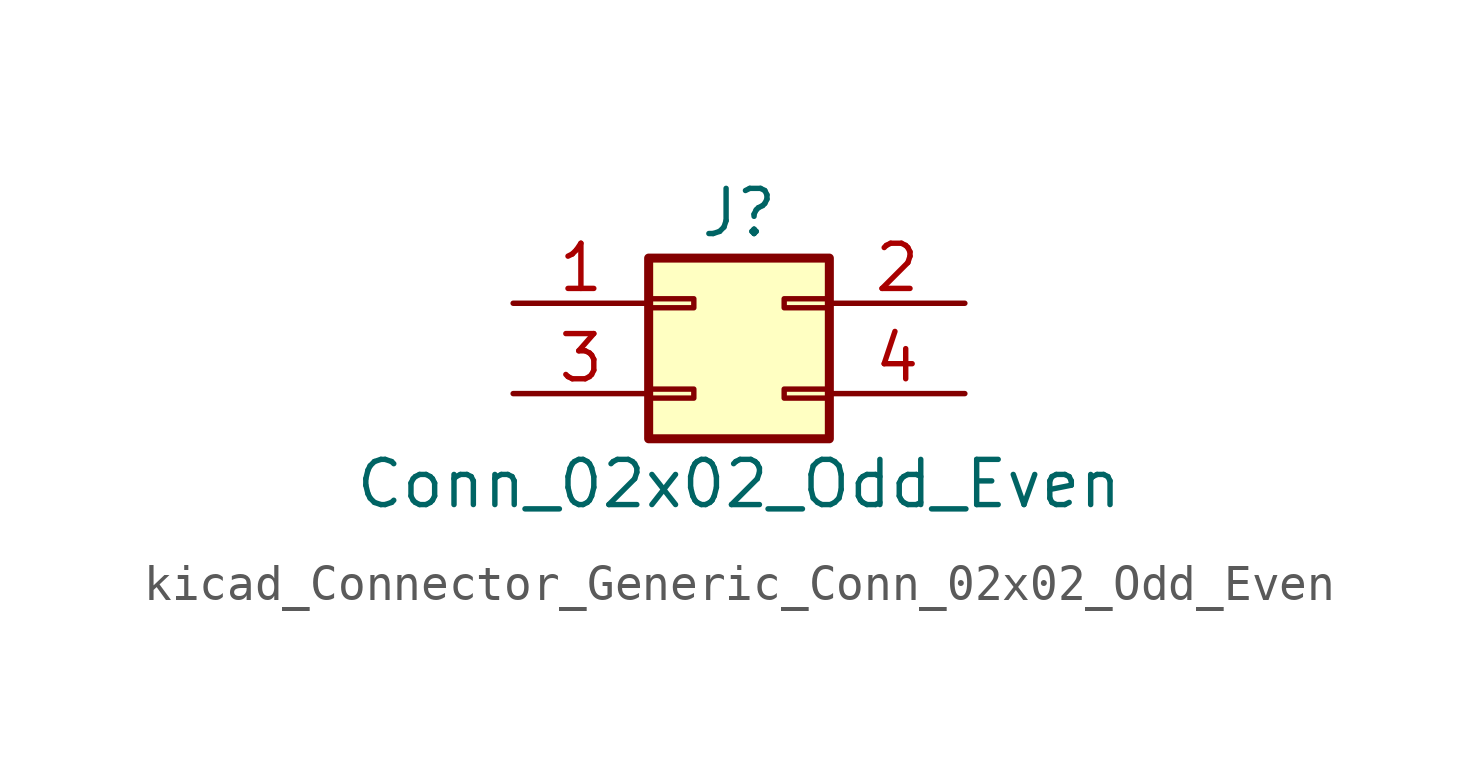
<source format=kicad_sym>
(kicad_symbol_lib
  (version 20220914)
  (generator kicad_symbol_editor)
  (symbol "kicad_Connector_Generic_Conn_02x02_Odd_Even"
    (pin_names
      (offset 1.016) hide)
    (property "Reference" "J"
      (at 1.27 2.54 0)
      (effects (font (size 1.27 1.27))))
    (property "Value" "Conn_02x02_Odd_Even"
      (at 1.27 -5.08 0)
      (effects (font (size 1.27 1.27))))
    (symbol "kicad_Connector_Generic_Conn_02x02_Odd_Even_1_1"
      (rectangle (start -1.27 -2.413) (end 0 -2.667) (stroke (width 0.152) (type default)) (fill (type none)))
      (rectangle (start -1.27 0.127) (end 0 -0.127) (stroke (width 0.152) (type default)) (fill (type none)))
      (rectangle (start -1.27 1.27) (end 3.81 -3.81) (stroke (width 0.254) (type default)) (fill (type background)))
      (rectangle (start 3.81 -2.413) (end 2.54 -2.667) (stroke (width 0.152) (type default)) (fill (type none)))
      (rectangle (start 3.81 0.127) (end 2.54 -0.127) (stroke (width 0.152) (type default)) (fill (type none)))
      (pin passive line (at -5.08 0 0) (length 3.81) (name "Pin_1" (effects (font (size 1.27 1.27)))) (number "1" (effects (font (size 1.27 1.27)))))
      (pin passive line (at 7.62 0 180) (length 3.81) (name "Pin_2" (effects (font (size 1.27 1.27)))) (number "2" (effects (font (size 1.27 1.27)))))
      (pin passive line (at -5.08 -2.54 0) (length 3.81) (name "Pin_3" (effects (font (size 1.27 1.27)))) (number "3" (effects (font (size 1.27 1.27)))))
      (pin passive line (at 7.62 -2.54 180) (length 3.81) (name "Pin_4" (effects (font (size 1.27 1.27)))) (number "4" (effects (font (size 1.27 1.27))))))))
</source>
